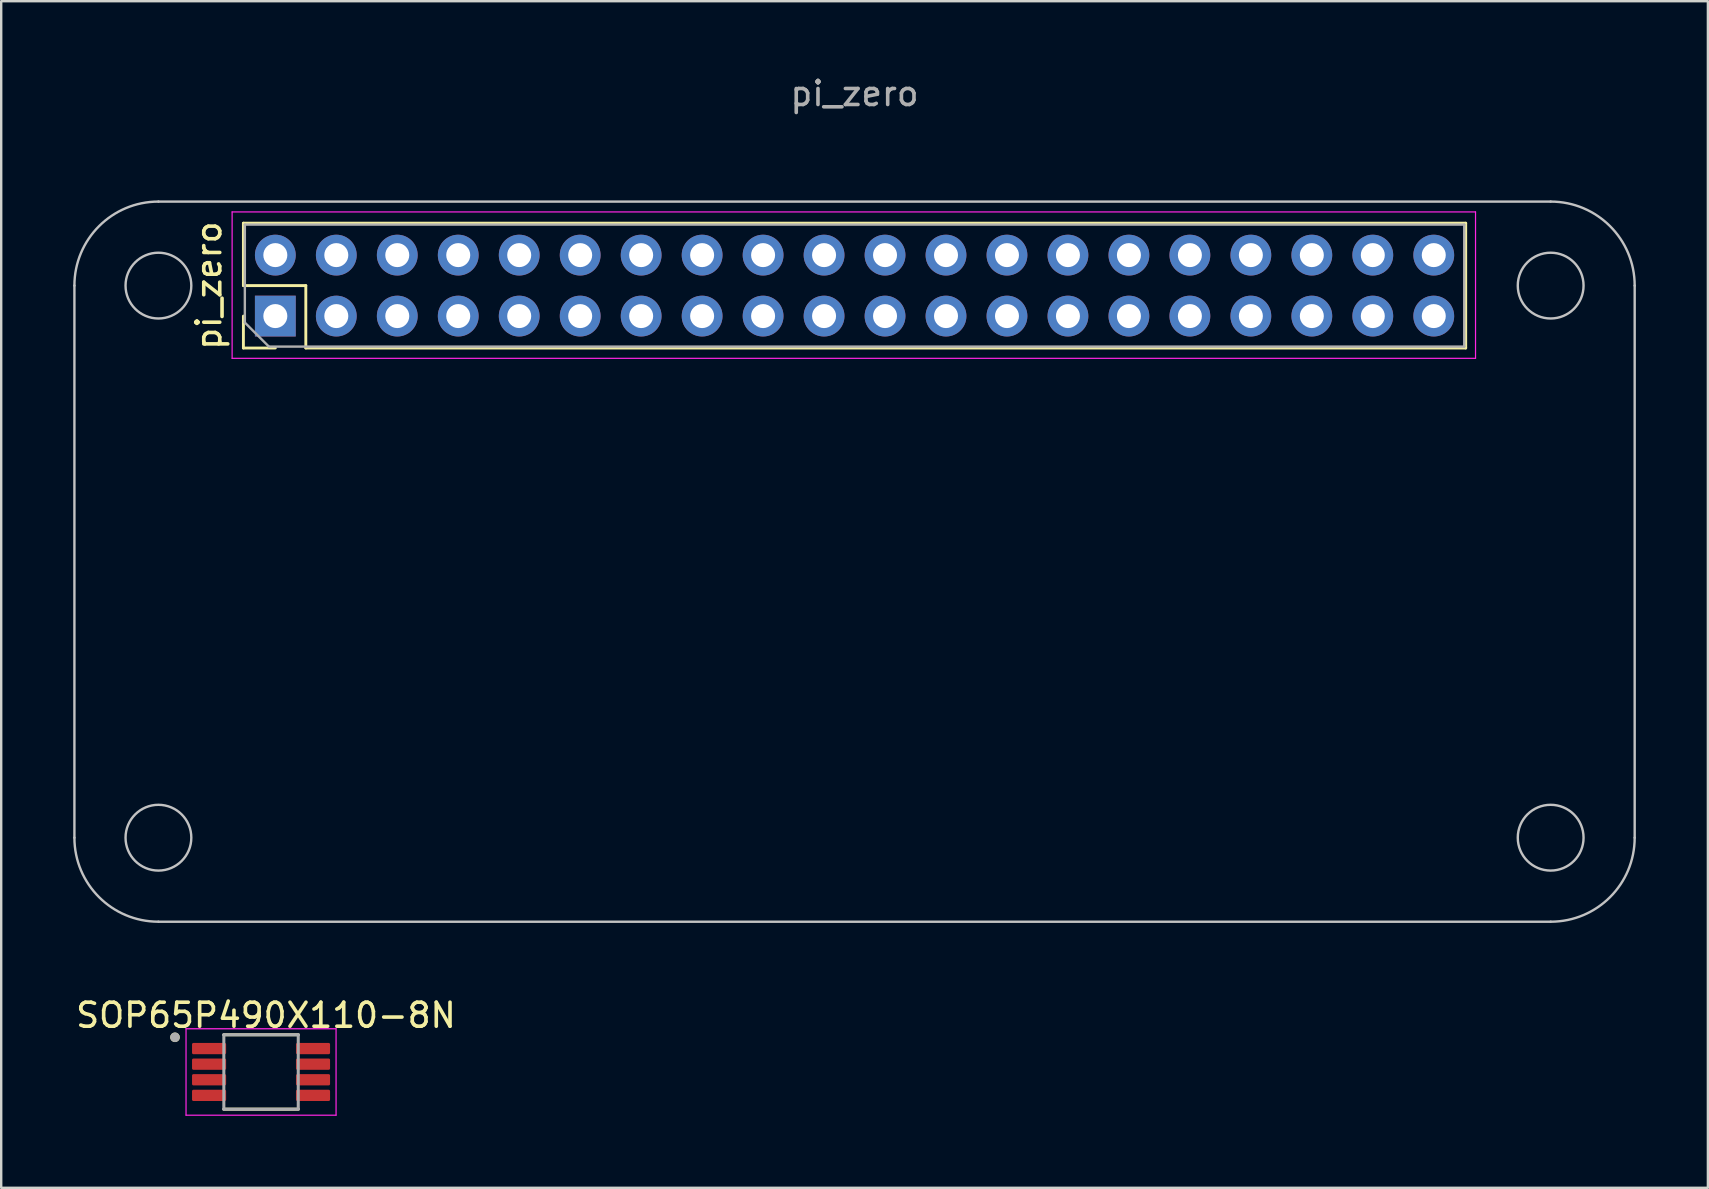
<source format=kicad_pcb>
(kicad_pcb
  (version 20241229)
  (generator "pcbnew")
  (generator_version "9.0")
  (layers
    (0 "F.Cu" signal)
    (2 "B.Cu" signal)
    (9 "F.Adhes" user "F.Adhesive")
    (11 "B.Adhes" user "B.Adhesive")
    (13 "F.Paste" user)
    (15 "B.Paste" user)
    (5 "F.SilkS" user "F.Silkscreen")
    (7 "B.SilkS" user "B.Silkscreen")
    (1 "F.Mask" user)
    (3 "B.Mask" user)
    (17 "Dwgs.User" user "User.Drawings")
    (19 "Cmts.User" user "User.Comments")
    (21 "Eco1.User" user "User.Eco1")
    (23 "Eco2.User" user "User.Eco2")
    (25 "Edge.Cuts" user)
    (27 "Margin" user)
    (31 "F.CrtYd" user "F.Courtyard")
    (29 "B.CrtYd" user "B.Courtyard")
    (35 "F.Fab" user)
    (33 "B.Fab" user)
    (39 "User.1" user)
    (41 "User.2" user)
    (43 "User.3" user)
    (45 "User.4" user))
  (footprint "SOP65P490X110-8N"
    (layer "F.Cu")
    (at 7.825 41.608)
    (property "Reference" "SOP65P490X110-8N" (at 0.205 -2.362 0) (layer "F.SilkS") (effects (font (size 1 1) (thickness 0.15))))
    (attr smd)
    (fp_line (start -1.55 -1.55) (end 1.55 -1.55) (stroke (width 0.127) (type solid)) (layer "F.SilkS"))
    (fp_line (start -1.55 1.55) (end 1.55 1.55) (stroke (width 0.127) (type solid)) (layer "F.SilkS"))
    (fp_circle (center -3.585 -1.445) (end -3.485 -1.445) (stroke (width 0.2) (type solid)) (fill no) (layer "F.SilkS"))
    (fp_line (start -3.125 -1.8) (end -3.125 1.8) (stroke (width 0.05) (type solid)) (layer "F.CrtYd"))
    (fp_line (start -3.125 -1.8) (end 3.125 -1.8) (stroke (width 0.05) (type solid)) (layer "F.CrtYd"))
    (fp_line (start -3.125 1.8) (end 3.125 1.8) (stroke (width 0.05) (type solid)) (layer "F.CrtYd"))
    (fp_line (start 3.125 -1.8) (end 3.125 1.8) (stroke (width 0.05) (type solid)) (layer "F.CrtYd"))
    (fp_line (start -1.55 -1.55) (end -1.55 1.55) (stroke (width 0.127) (type solid)) (layer "F.Fab"))
    (fp_line (start -1.55 -1.55) (end 1.55 -1.55) (stroke (width 0.127) (type solid)) (layer "F.Fab"))
    (fp_line (start -1.55 1.55) (end 1.55 1.55) (stroke (width 0.127) (type solid)) (layer "F.Fab"))
    (fp_line (start 1.55 -1.55) (end 1.55 1.55) (stroke (width 0.127) (type solid)) (layer "F.Fab"))
    (fp_circle (center -3.585 -1.445) (end -3.485 -1.445) (stroke (width 0.2) (type solid)) (fill no) (layer "F.Fab"))
    (pad "1" smd roundrect (at -2.165 -0.975) (size 1.42 0.47) (layers "F.Cu" "F.Mask" "F.Paste") (roundrect_rratio 0.125))
    (pad "2" smd roundrect (at -2.165 -0.325) (size 1.42 0.47) (layers "F.Cu" "F.Mask" "F.Paste") (roundrect_rratio 0.125))
    (pad "3" smd roundrect (at -2.165 0.325) (size 1.42 0.47) (layers "F.Cu" "F.Mask" "F.Paste") (roundrect_rratio 0.125))
    (pad "4" smd roundrect (at -2.165 0.975) (size 1.42 0.47) (layers "F.Cu" "F.Mask" "F.Paste") (roundrect_rratio 0.125))
    (pad "5" smd roundrect (at 2.165 0.975) (size 1.42 0.47) (layers "F.Cu" "F.Mask" "F.Paste") (roundrect_rratio 0.125))
    (pad "6" smd roundrect (at 2.165 0.325) (size 1.42 0.47) (layers "F.Cu" "F.Mask" "F.Paste") (roundrect_rratio 0.125))
    (pad "7" smd roundrect (at 2.165 -0.325) (size 1.42 0.47) (layers "F.Cu" "F.Mask" "F.Paste") (roundrect_rratio 0.125))
    (pad "8" smd roundrect (at 2.165 -0.975) (size 1.42 0.47) (layers "F.Cu" "F.Mask" "F.Paste") (roundrect_rratio 0.125)))
  (footprint "pi_zero"
    (layer "F.Cu")
    (at 32.55 8.848)
    (property "Reference" "pi_zero" (at -26.9 0 270) (layer "F.SilkS") (effects (font (size 1 1) (thickness 0.15))))
    (attr through_hole)
    (fp_line (start -25.46 -2.6) (end -25.46 0) (stroke (width 0.12) (type solid)) (layer "F.SilkS"))
    (fp_line (start -25.46 -2.6) (end 25.46 -2.6) (stroke (width 0.12) (type solid)) (layer "F.SilkS"))
    (fp_line (start -25.46 0) (end -22.86 0) (stroke (width 0.12) (type solid)) (layer "F.SilkS"))
    (fp_line (start -25.46 1.27) (end -25.46 2.6) (stroke (width 0.12) (type solid)) (layer "F.SilkS"))
    (fp_line (start -25.46 2.6) (end -24.13 2.6) (stroke (width 0.12) (type solid)) (layer "F.SilkS"))
    (fp_line (start -22.86 0) (end -22.86 2.6) (stroke (width 0.12) (type solid)) (layer "F.SilkS"))
    (fp_line (start -22.86 2.6) (end 25.46 2.6) (stroke (width 0.12) (type solid)) (layer "F.SilkS"))
    (fp_line (start 25.46 -2.6) (end 25.46 2.6) (stroke (width 0.12) (type solid)) (layer "F.SilkS"))
    (fp_line (start -32.5 0) (end -32.5 23) (stroke (width 0.1) (type default)) (layer "Dwgs.User"))
    (fp_line (start -29 -3.5) (end 29 -3.5) (stroke (width 0.1) (type default)) (layer "Dwgs.User"))
    (fp_line (start 29 26.5) (end -29 26.5) (stroke (width 0.1) (type default)) (layer "Dwgs.User"))
    (fp_line (start 32.5 0) (end 32.5 23) (stroke (width 0.1) (type default)) (layer "Dwgs.User"))
    (fp_arc (start -32.5 0) (mid -31.474874 -2.474873) (end -29 -3.5) (stroke (width 0.1) (type default)) (layer "Dwgs.User"))
    (fp_arc (start -29 26.5) (mid -31.474873 25.474874) (end -32.5 23) (stroke (width 0.1) (type default)) (layer "Dwgs.User"))
    (fp_arc (start 29 -3.5) (mid 31.474873 -2.474874) (end 32.5 0) (stroke (width 0.1) (type default)) (layer "Dwgs.User"))
    (fp_arc (start 32.5 23) (mid 31.474874 25.474873) (end 29 26.5) (stroke (width 0.1) (type default)) (layer "Dwgs.User"))
    (fp_circle (center -29 0) (end -27.63 0) (stroke (width 0.1) (type default)) (fill no) (layer "Dwgs.User"))
    (fp_circle (center -29 23) (end -27.63 23) (stroke (width 0.1) (type default)) (fill no) (layer "Dwgs.User"))
    (fp_circle (center 29 0) (end 30.37 0) (stroke (width 0.1) (type default)) (fill no) (layer "Dwgs.User"))
    (fp_circle (center 29 23) (end 30.37 23) (stroke (width 0.1) (type default)) (fill no) (layer "Dwgs.User"))
    (fp_line (start -25.93 -3.07) (end -25.93 3.03) (stroke (width 0.05) (type solid)) (layer "F.CrtYd"))
    (fp_line (start -25.93 3.03) (end 25.87 3.03) (stroke (width 0.05) (type solid)) (layer "F.CrtYd"))
    (fp_line (start 25.87 -3.07) (end -25.93 -3.07) (stroke (width 0.05) (type solid)) (layer "F.CrtYd"))
    (fp_line (start 25.87 3.03) (end 25.87 -3.07) (stroke (width 0.05) (type solid)) (layer "F.CrtYd"))
    (fp_line (start -25.4 -2.54) (end -25.4 1.54) (stroke (width 0.1) (type solid)) (layer "F.Fab"))
    (fp_line (start -25.4 1.54) (end -24.4 2.54) (stroke (width 0.1) (type solid)) (layer "F.Fab"))
    (fp_line (start -24.4 2.54) (end 25.4 2.54) (stroke (width 0.1) (type solid)) (layer "F.Fab"))
    (fp_line (start 25.4 -2.54) (end -25.4 -2.54) (stroke (width 0.1) (type solid)) (layer "F.Fab"))
    (fp_line (start 25.4 2.54) (end 25.4 -2.54) (stroke (width 0.1) (type solid)) (layer "F.Fab"))
    (fp_text user "${REFERENCE}" (at 0 -8 180) (layer "F.Fab") (effects (font (size 1 1) (thickness 0.15))))
    (pad "1" thru_hole rect (at -24.13 1.27 270) (size 1.7 1.7) (drill 1) (layers "*.Cu" "*.Mask"))
    (pad "2" thru_hole oval (at -24.13 -1.27 270) (size 1.7 1.7) (drill 1) (layers "*.Cu" "*.Mask"))
    (pad "3" thru_hole oval (at -21.59 1.27 270) (size 1.7 1.7) (drill 1) (layers "*.Cu" "*.Mask"))
    (pad "4" thru_hole oval (at -21.59 -1.27 270) (size 1.7 1.7) (drill 1) (layers "*.Cu" "*.Mask"))
    (pad "5" thru_hole oval (at -19.05 1.27 270) (size 1.7 1.7) (drill 1) (layers "*.Cu" "*.Mask"))
    (pad "6" thru_hole oval (at -19.05 -1.27 270) (size 1.7 1.7) (drill 1) (layers "*.Cu" "*.Mask"))
    (pad "7" thru_hole oval (at -16.51 1.27 270) (size 1.7 1.7) (drill 1) (layers "*.Cu" "*.Mask"))
    (pad "8" thru_hole oval (at -16.51 -1.27 270) (size 1.7 1.7) (drill 1) (layers "*.Cu" "*.Mask"))
    (pad "9" thru_hole oval (at -13.97 1.27 270) (size 1.7 1.7) (drill 1) (layers "*.Cu" "*.Mask"))
    (pad "10" thru_hole oval (at -13.97 -1.27 270) (size 1.7 1.7) (drill 1) (layers "*.Cu" "*.Mask"))
    (pad "11" thru_hole oval (at -11.43 1.27 270) (size 1.7 1.7) (drill 1) (layers "*.Cu" "*.Mask"))
    (pad "12" thru_hole oval (at -11.43 -1.27 270) (size 1.7 1.7) (drill 1) (layers "*.Cu" "*.Mask"))
    (pad "13" thru_hole oval (at -8.89 1.27 270) (size 1.7 1.7) (drill 1) (layers "*.Cu" "*.Mask"))
    (pad "14" thru_hole oval (at -8.89 -1.27 270) (size 1.7 1.7) (drill 1) (layers "*.Cu" "*.Mask"))
    (pad "15" thru_hole oval (at -6.35 1.27 270) (size 1.7 1.7) (drill 1) (layers "*.Cu" "*.Mask"))
    (pad "16" thru_hole oval (at -6.35 -1.27 270) (size 1.7 1.7) (drill 1) (layers "*.Cu" "*.Mask"))
    (pad "17" thru_hole oval (at -3.81 1.27 270) (size 1.7 1.7) (drill 1) (layers "*.Cu" "*.Mask"))
    (pad "18" thru_hole oval (at -3.81 -1.27 270) (size 1.7 1.7) (drill 1) (layers "*.Cu" "*.Mask"))
    (pad "19" thru_hole oval (at -1.27 1.27 270) (size 1.7 1.7) (drill 1) (layers "*.Cu" "*.Mask"))
    (pad "20" thru_hole oval (at -1.27 -1.27 270) (size 1.7 1.7) (drill 1) (layers "*.Cu" "*.Mask"))
    (pad "21" thru_hole oval (at 1.27 1.27 270) (size 1.7 1.7) (drill 1) (layers "*.Cu" "*.Mask"))
    (pad "22" thru_hole oval (at 1.27 -1.27 270) (size 1.7 1.7) (drill 1) (layers "*.Cu" "*.Mask"))
    (pad "23" thru_hole oval (at 3.81 1.27 270) (size 1.7 1.7) (drill 1) (layers "*.Cu" "*.Mask"))
    (pad "24" thru_hole oval (at 3.81 -1.27 270) (size 1.7 1.7) (drill 1) (layers "*.Cu" "*.Mask"))
    (pad "25" thru_hole oval (at 6.35 1.27 270) (size 1.7 1.7) (drill 1) (layers "*.Cu" "*.Mask"))
    (pad "26" thru_hole oval (at 6.35 -1.27 270) (size 1.7 1.7) (drill 1) (layers "*.Cu" "*.Mask"))
    (pad "27" thru_hole oval (at 8.89 1.27 270) (size 1.7 1.7) (drill 1) (layers "*.Cu" "*.Mask"))
    (pad "28" thru_hole oval (at 8.89 -1.27 270) (size 1.7 1.7) (drill 1) (layers "*.Cu" "*.Mask"))
    (pad "29" thru_hole oval (at 11.43 1.27 270) (size 1.7 1.7) (drill 1) (layers "*.Cu" "*.Mask"))
    (pad "30" thru_hole oval (at 11.43 -1.27 270) (size 1.7 1.7) (drill 1) (layers "*.Cu" "*.Mask"))
    (pad "31" thru_hole oval (at 13.97 1.27 270) (size 1.7 1.7) (drill 1) (layers "*.Cu" "*.Mask"))
    (pad "32" thru_hole oval (at 13.97 -1.27 270) (size 1.7 1.7) (drill 1) (layers "*.Cu" "*.Mask"))
    (pad "33" thru_hole oval (at 16.51 1.27 270) (size 1.7 1.7) (drill 1) (layers "*.Cu" "*.Mask"))
    (pad "34" thru_hole oval (at 16.51 -1.27 270) (size 1.7 1.7) (drill 1) (layers "*.Cu" "*.Mask"))
    (pad "35" thru_hole oval (at 19.05 1.27 270) (size 1.7 1.7) (drill 1) (layers "*.Cu" "*.Mask"))
    (pad "36" thru_hole oval (at 19.05 -1.27 270) (size 1.7 1.7) (drill 1) (layers "*.Cu" "*.Mask"))
    (pad "37" thru_hole oval (at 21.59 1.27 270) (size 1.7 1.7) (drill 1) (layers "*.Cu" "*.Mask"))
    (pad "38" thru_hole oval (at 21.59 -1.27 270) (size 1.7 1.7) (drill 1) (layers "*.Cu" "*.Mask"))
    (pad "39" thru_hole oval (at 24.13 1.27 270) (size 1.7 1.7) (drill 1) (layers "*.Cu" "*.Mask"))
    (pad "40" thru_hole oval (at 24.13 -1.27 270) (size 1.7 1.7) (drill 1) (layers "*.Cu" "*.Mask")))
  (gr_rect
    (start -3 -3)
    (end 68.1 46.434)
    (stroke (width 0.1) (type default))
    (fill no)
    (layer "Edge.Cuts")))
</source>
